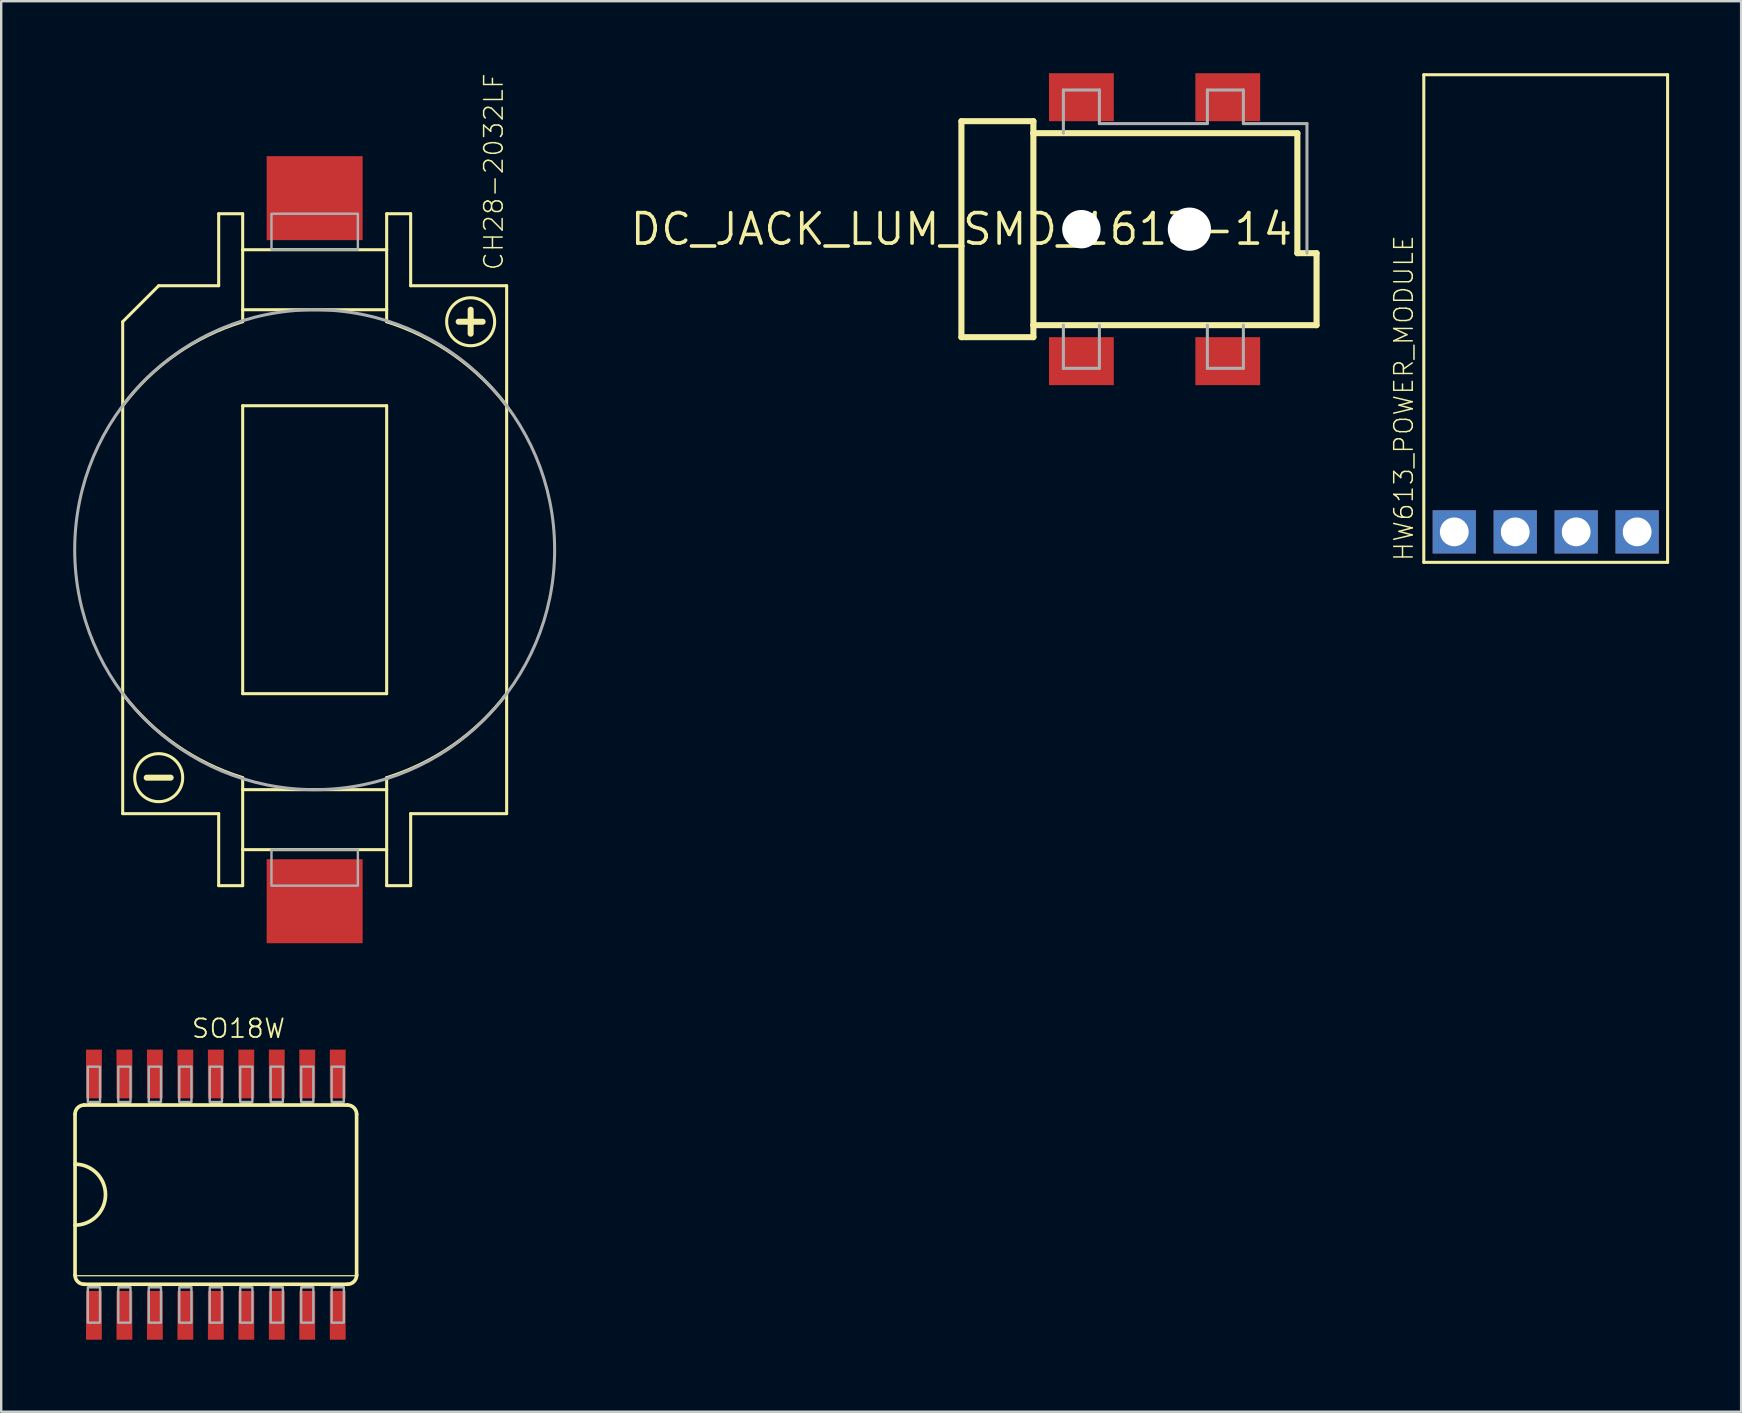
<source format=kicad_pcb>
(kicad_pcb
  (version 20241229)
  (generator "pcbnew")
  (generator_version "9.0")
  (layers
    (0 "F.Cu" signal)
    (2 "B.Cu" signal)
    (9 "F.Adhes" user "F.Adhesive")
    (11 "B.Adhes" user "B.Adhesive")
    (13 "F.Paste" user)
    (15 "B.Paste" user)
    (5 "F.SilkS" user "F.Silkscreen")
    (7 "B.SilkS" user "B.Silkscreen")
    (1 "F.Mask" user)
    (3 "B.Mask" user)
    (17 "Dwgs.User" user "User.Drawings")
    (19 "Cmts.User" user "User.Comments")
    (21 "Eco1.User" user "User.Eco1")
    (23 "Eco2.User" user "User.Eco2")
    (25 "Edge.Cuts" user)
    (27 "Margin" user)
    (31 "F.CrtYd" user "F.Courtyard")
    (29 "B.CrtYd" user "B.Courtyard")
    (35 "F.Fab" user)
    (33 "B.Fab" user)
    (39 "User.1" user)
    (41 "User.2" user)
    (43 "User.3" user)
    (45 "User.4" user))
  (footprint "SO18W"
    (layer "F.Cu")
    (at 5.944 46.734)
    (property "Reference" "SO18W" (at -1.056 -6.473 0) (layer "F.SilkS") (effects (font (size 0.772 0.772) (thickness 0.077)) (justify left bottom)))
    (attr through_hole)
    (fp_line (start -5.867 -3.353) (end -5.867 3.353) (stroke (width 0.152) (type solid)) (layer "F.SilkS"))
    (fp_line (start -5.842 3.378) (end 5.842 3.378) (stroke (width 0.051) (type solid)) (layer "F.SilkS"))
    (fp_line (start -5.486 3.734) (end 5.486 3.734) (stroke (width 0.152) (type solid)) (layer "F.SilkS"))
    (fp_line (start 5.486 -3.734) (end -5.486 -3.734) (stroke (width 0.152) (type solid)) (layer "F.SilkS"))
    (fp_line (start 5.867 3.353) (end 5.867 -3.353) (stroke (width 0.152) (type solid)) (layer "F.SilkS"))
    (fp_arc (start -5.8674 -3.3528) (mid -5.755808 -3.622208) (end -5.4864 -3.7338) (stroke (width 0.1524) (type solid)) (layer "F.SilkS"))
    (fp_arc (start -5.8674 -1.27) (mid -4.5974 0) (end -5.8674 1.27) (stroke (width 0.1524) (type solid)) (layer "F.SilkS"))
    (fp_arc (start -5.4864 3.7338) (mid -5.755808 3.622208) (end -5.8674 3.3528) (stroke (width 0.1524) (type solid)) (layer "F.SilkS"))
    (fp_arc (start 5.4864 -3.7338) (mid 5.755808 -3.622208) (end 5.8674 -3.3528) (stroke (width 0.1524) (type solid)) (layer "F.SilkS"))
    (fp_arc (start 5.8674 3.3528) (mid 5.755808 3.622208) (end 5.4864 3.7338) (stroke (width 0.1524) (type solid)) (layer "F.SilkS"))
    (fp_poly (pts (xy -5.334 -3.734) (xy -4.826 -3.734) (xy -4.826 -3.861) (xy -5.334 -3.861)) (stroke (width 0) (type solid)) (fill yes) (layer "F.SilkS"))
    (fp_poly (pts (xy -5.334 3.861) (xy -4.826 3.861) (xy -4.826 3.734) (xy -5.334 3.734)) (stroke (width 0) (type solid)) (fill yes) (layer "F.SilkS"))
    (fp_poly (pts (xy -4.064 -3.734) (xy -3.556 -3.734) (xy -3.556 -3.861) (xy -4.064 -3.861)) (stroke (width 0) (type solid)) (fill yes) (layer "F.SilkS"))
    (fp_poly (pts (xy -4.064 3.861) (xy -3.556 3.861) (xy -3.556 3.734) (xy -4.064 3.734)) (stroke (width 0) (type solid)) (fill yes) (layer "F.SilkS"))
    (fp_poly (pts (xy -2.794 -3.734) (xy -2.286 -3.734) (xy -2.286 -3.861) (xy -2.794 -3.861)) (stroke (width 0) (type solid)) (fill yes) (layer "F.SilkS"))
    (fp_poly (pts (xy -2.794 3.861) (xy -2.286 3.861) (xy -2.286 3.734) (xy -2.794 3.734)) (stroke (width 0) (type solid)) (fill yes) (layer "F.SilkS"))
    (fp_poly (pts (xy -1.524 -3.734) (xy -1.016 -3.734) (xy -1.016 -3.861) (xy -1.524 -3.861)) (stroke (width 0) (type solid)) (fill yes) (layer "F.SilkS"))
    (fp_poly (pts (xy -1.524 3.861) (xy -1.016 3.861) (xy -1.016 3.734) (xy -1.524 3.734)) (stroke (width 0) (type solid)) (fill yes) (layer "F.SilkS"))
    (fp_poly (pts (xy -0.254 -3.734) (xy 0.254 -3.734) (xy 0.254 -3.861) (xy -0.254 -3.861)) (stroke (width 0) (type solid)) (fill yes) (layer "F.SilkS"))
    (fp_poly (pts (xy -0.254 3.861) (xy 0.254 3.861) (xy 0.254 3.734) (xy -0.254 3.734)) (stroke (width 0) (type solid)) (fill yes) (layer "F.SilkS"))
    (fp_poly (pts (xy 1.016 -3.734) (xy 1.524 -3.734) (xy 1.524 -3.861) (xy 1.016 -3.861)) (stroke (width 0) (type solid)) (fill yes) (layer "F.SilkS"))
    (fp_poly (pts (xy 1.016 3.861) (xy 1.524 3.861) (xy 1.524 3.734) (xy 1.016 3.734)) (stroke (width 0) (type solid)) (fill yes) (layer "F.SilkS"))
    (fp_poly (pts (xy 2.286 -3.734) (xy 2.794 -3.734) (xy 2.794 -3.861) (xy 2.286 -3.861)) (stroke (width 0) (type solid)) (fill yes) (layer "F.SilkS"))
    (fp_poly (pts (xy 2.286 3.861) (xy 2.794 3.861) (xy 2.794 3.734) (xy 2.286 3.734)) (stroke (width 0) (type solid)) (fill yes) (layer "F.SilkS"))
    (fp_poly (pts (xy 3.556 -3.734) (xy 4.064 -3.734) (xy 4.064 -3.861) (xy 3.556 -3.861)) (stroke (width 0) (type solid)) (fill yes) (layer "F.SilkS"))
    (fp_poly (pts (xy 3.556 3.861) (xy 4.064 3.861) (xy 4.064 3.734) (xy 3.556 3.734)) (stroke (width 0) (type solid)) (fill yes) (layer "F.SilkS"))
    (fp_poly (pts (xy 4.826 -3.734) (xy 5.334 -3.734) (xy 5.334 -3.861) (xy 4.826 -3.861)) (stroke (width 0) (type solid)) (fill yes) (layer "F.SilkS"))
    (fp_poly (pts (xy 4.826 3.861) (xy 5.334 3.861) (xy 5.334 3.734) (xy 4.826 3.734)) (stroke (width 0) (type solid)) (fill yes) (layer "F.SilkS"))
    (fp_poly (pts (xy -5.334 -3.861) (xy -4.826 -3.861) (xy -4.826 -5.334) (xy -5.334 -5.334)) (stroke (width 0.1) (type solid)) (fill no) (layer "F.Fab"))
    (fp_poly (pts (xy -5.334 5.334) (xy -4.826 5.334) (xy -4.826 3.861) (xy -5.334 3.861)) (stroke (width 0.1) (type solid)) (fill no) (layer "F.Fab"))
    (fp_poly (pts (xy -4.064 -3.861) (xy -3.556 -3.861) (xy -3.556 -5.334) (xy -4.064 -5.334)) (stroke (width 0.1) (type solid)) (fill no) (layer "F.Fab"))
    (fp_poly (pts (xy -4.064 5.334) (xy -3.556 5.334) (xy -3.556 3.861) (xy -4.064 3.861)) (stroke (width 0.1) (type solid)) (fill no) (layer "F.Fab"))
    (fp_poly (pts (xy -2.794 -3.861) (xy -2.286 -3.861) (xy -2.286 -5.334) (xy -2.794 -5.334)) (stroke (width 0.1) (type solid)) (fill no) (layer "F.Fab"))
    (fp_poly (pts (xy -2.794 5.334) (xy -2.286 5.334) (xy -2.286 3.861) (xy -2.794 3.861)) (stroke (width 0.1) (type solid)) (fill no) (layer "F.Fab"))
    (fp_poly (pts (xy -1.524 -3.861) (xy -1.016 -3.861) (xy -1.016 -5.334) (xy -1.524 -5.334)) (stroke (width 0.1) (type solid)) (fill no) (layer "F.Fab"))
    (fp_poly (pts (xy -1.524 5.334) (xy -1.016 5.334) (xy -1.016 3.861) (xy -1.524 3.861)) (stroke (width 0.1) (type solid)) (fill no) (layer "F.Fab"))
    (fp_poly (pts (xy -0.254 -3.861) (xy 0.254 -3.861) (xy 0.254 -5.334) (xy -0.254 -5.334)) (stroke (width 0.1) (type solid)) (fill no) (layer "F.Fab"))
    (fp_poly (pts (xy -0.254 5.334) (xy 0.254 5.334) (xy 0.254 3.861) (xy -0.254 3.861)) (stroke (width 0.1) (type solid)) (fill no) (layer "F.Fab"))
    (fp_poly (pts (xy 1.016 -3.861) (xy 1.524 -3.861) (xy 1.524 -5.334) (xy 1.016 -5.334)) (stroke (width 0.1) (type solid)) (fill no) (layer "F.Fab"))
    (fp_poly (pts (xy 1.016 5.334) (xy 1.524 5.334) (xy 1.524 3.861) (xy 1.016 3.861)) (stroke (width 0.1) (type solid)) (fill no) (layer "F.Fab"))
    (fp_poly (pts (xy 2.286 -3.861) (xy 2.794 -3.861) (xy 2.794 -5.334) (xy 2.286 -5.334)) (stroke (width 0.1) (type solid)) (fill no) (layer "F.Fab"))
    (fp_poly (pts (xy 2.286 5.334) (xy 2.794 5.334) (xy 2.794 3.861) (xy 2.286 3.861)) (stroke (width 0.1) (type solid)) (fill no) (layer "F.Fab"))
    (fp_poly (pts (xy 3.556 -3.861) (xy 4.064 -3.861) (xy 4.064 -5.334) (xy 3.556 -5.334)) (stroke (width 0.1) (type solid)) (fill no) (layer "F.Fab"))
    (fp_poly (pts (xy 3.556 5.334) (xy 4.064 5.334) (xy 4.064 3.861) (xy 3.556 3.861)) (stroke (width 0.1) (type solid)) (fill no) (layer "F.Fab"))
    (fp_poly (pts (xy 4.826 -3.861) (xy 5.334 -3.861) (xy 5.334 -5.334) (xy 4.826 -5.334)) (stroke (width 0.1) (type solid)) (fill no) (layer "F.Fab"))
    (fp_poly (pts (xy 4.826 5.334) (xy 5.334 5.334) (xy 5.334 3.861) (xy 4.826 3.861)) (stroke (width 0.1) (type solid)) (fill no) (layer "F.Fab"))
    (pad "1" smd rect (at -5.08 5.029) (size 0.66 2.032) (layers "F.Cu" "F.Mask" "F.Paste"))
    (pad "2" smd rect (at -3.81 5.029) (size 0.66 2.032) (layers "F.Cu" "F.Mask" "F.Paste"))
    (pad "3" smd rect (at -2.54 5.029) (size 0.66 2.032) (layers "F.Cu" "F.Mask" "F.Paste"))
    (pad "4" smd rect (at -1.27 5.029) (size 0.66 2.032) (layers "F.Cu" "F.Mask" "F.Paste"))
    (pad "5" smd rect (at 0 5.029) (size 0.66 2.032) (layers "F.Cu" "F.Mask" "F.Paste"))
    (pad "6" smd rect (at 1.27 5.029) (size 0.66 2.032) (layers "F.Cu" "F.Mask" "F.Paste"))
    (pad "7" smd rect (at 2.54 5.029) (size 0.66 2.032) (layers "F.Cu" "F.Mask" "F.Paste"))
    (pad "8" smd rect (at 3.81 5.029) (size 0.66 2.032) (layers "F.Cu" "F.Mask" "F.Paste"))
    (pad "9" smd rect (at 5.08 5.029) (size 0.66 2.032) (layers "F.Cu" "F.Mask" "F.Paste"))
    (pad "10" smd rect (at 5.08 -5.029) (size 0.66 2.032) (layers "F.Cu" "F.Mask" "F.Paste"))
    (pad "11" smd rect (at 3.81 -5.029) (size 0.66 2.032) (layers "F.Cu" "F.Mask" "F.Paste"))
    (pad "12" smd rect (at 2.54 -5.029) (size 0.66 2.032) (layers "F.Cu" "F.Mask" "F.Paste"))
    (pad "13" smd rect (at 1.27 -5.029) (size 0.66 2.032) (layers "F.Cu" "F.Mask" "F.Paste"))
    (pad "14" smd rect (at 0 -5.029) (size 0.66 2.032) (layers "F.Cu" "F.Mask" "F.Paste"))
    (pad "15" smd rect (at -1.27 -5.029) (size 0.66 2.032) (layers "F.Cu" "F.Mask" "F.Paste"))
    (pad "16" smd rect (at -2.54 -5.029) (size 0.66 2.032) (layers "F.Cu" "F.Mask" "F.Paste"))
    (pad "17" smd rect (at -3.81 -5.029) (size 0.66 2.032) (layers "F.Cu" "F.Mask" "F.Paste"))
    (pad "18" smd rect (at -5.08 -5.029) (size 0.66 2.032) (layers "F.Cu" "F.Mask" "F.Paste")))
  (footprint "DC_JACK_LUM_SMD_1613-14"
    (layer "F.Cu")
    (at 37.014 6.5)
    (property "Reference" "DC_JACK_LUM_SMD_1613-14" (at 0 0 0) (layer "F.SilkS") (effects (font (size 1.27 1.27) (thickness 0.15))))
    (attr through_hole)
    (fp_line (start 0 -4.5) (end 0 4.5) (stroke (width 0.254) (type solid)) (layer "F.SilkS"))
    (fp_line (start 0 -4.5) (end 3 -4.5) (stroke (width 0.254) (type solid)) (layer "F.SilkS"))
    (fp_line (start 0 4.5) (end 3 4.5) (stroke (width 0.254) (type solid)) (layer "F.SilkS"))
    (fp_line (start 3 -4) (end 3 -4.5) (stroke (width 0.254) (type solid)) (layer "F.SilkS"))
    (fp_line (start 3 4) (end 3 -4) (stroke (width 0.254) (type solid)) (layer "F.SilkS"))
    (fp_line (start 3 4) (end 14.8 4) (stroke (width 0.254) (type solid)) (layer "F.SilkS"))
    (fp_line (start 3 4.5) (end 3 4) (stroke (width 0.254) (type solid)) (layer "F.SilkS"))
    (fp_line (start 14 -4) (end 3 -4) (stroke (width 0.254) (type solid)) (layer "F.SilkS"))
    (fp_line (start 14 1) (end 14 -4) (stroke (width 0.254) (type solid)) (layer "F.SilkS"))
    (fp_line (start 14.8 1) (end 14 1) (stroke (width 0.254) (type solid)) (layer "F.SilkS"))
    (fp_line (start 14.8 4) (end 14.8 1) (stroke (width 0.254) (type solid)) (layer "F.SilkS"))
    (fp_line (start 4.25 -5.8) (end 4.25 -4) (stroke (width 0.127) (type solid)) (layer "F.Fab"))
    (fp_line (start 4.25 5.8) (end 4.25 4) (stroke (width 0.127) (type solid)) (layer "F.Fab"))
    (fp_line (start 5.75 -5.8) (end 4.25 -5.8) (stroke (width 0.127) (type solid)) (layer "F.Fab"))
    (fp_line (start 5.75 -4.4) (end 5.75 -5.8) (stroke (width 0.127) (type solid)) (layer "F.Fab"))
    (fp_line (start 5.75 5.8) (end 4.25 5.8) (stroke (width 0.127) (type solid)) (layer "F.Fab"))
    (fp_line (start 5.75 5.8) (end 5.75 4) (stroke (width 0.127) (type solid)) (layer "F.Fab"))
    (fp_line (start 10.25 -5.8) (end 10.25 -4.4) (stroke (width 0.127) (type solid)) (layer "F.Fab"))
    (fp_line (start 10.25 -4.4) (end 5.75 -4.4) (stroke (width 0.127) (type solid)) (layer "F.Fab"))
    (fp_line (start 10.25 5.8) (end 10.25 4) (stroke (width 0.127) (type solid)) (layer "F.Fab"))
    (fp_line (start 10.25 5.8) (end 11.75 5.8) (stroke (width 0.127) (type solid)) (layer "F.Fab"))
    (fp_line (start 11.75 -5.8) (end 10.25 -5.8) (stroke (width 0.127) (type solid)) (layer "F.Fab"))
    (fp_line (start 11.75 -4.4) (end 11.75 -5.8) (stroke (width 0.127) (type solid)) (layer "F.Fab"))
    (fp_line (start 11.75 -4.4) (end 14.4 -4.4) (stroke (width 0.127) (type solid)) (layer "F.Fab"))
    (fp_line (start 11.75 5.8) (end 11.75 4) (stroke (width 0.127) (type solid)) (layer "F.Fab"))
    (fp_line (start 14.4 -4.4) (end 14.4 1) (stroke (width 0.127) (type solid)) (layer "F.Fab"))
    (pad "" np_thru_hole circle (at 5 0) (size 1.6 1.6) (drill 1.6) (layers "*.Cu" "*.Mask"))
    (pad "" np_thru_hole circle (at 9.5 0) (size 1.8 1.8) (drill 1.8) (layers "*.Cu" "*.Mask"))
    (pad "P_INNER_1" smd rect (at 5 -5.5) (size 2.7 2) (layers "F.Cu" "F.Mask" "F.Paste"))
    (pad "P_INNER_2" smd rect (at 11.1 -5.5) (size 2.7 2) (layers "F.Cu" "F.Mask" "F.Paste"))
    (pad "P_OUTER" smd rect (at 5 5.5) (size 2.7 2) (layers "F.Cu" "F.Mask" "F.Paste"))
    (pad "P_SWITCH" smd rect (at 11.1 5.5) (size 2.7 2) (layers "F.Cu" "F.Mask" "F.Paste")))
  (footprint "HW613_POWER_MODULE"
    (layer "F.Cu")
    (at 61.363 20.384)
    (property "Reference" "HW613_POWER_MODULE" (at -5.465 0 270) (layer "F.SilkS") (effects (font (size 0.772 0.772) (thickness 0.062)) (justify left bottom)))
    (attr through_hole)
    (fp_line (start -5.08 -20.32) (end 5.08 -20.32) (stroke (width 0.127) (type solid)) (layer "F.SilkS"))
    (fp_line (start -5.08 0) (end -5.08 -20.32) (stroke (width 0.127) (type solid)) (layer "F.SilkS"))
    (fp_line (start 5.08 -20.32) (end 5.08 0) (stroke (width 0.127) (type solid)) (layer "F.SilkS"))
    (fp_line (start 5.08 0) (end -5.08 0) (stroke (width 0.127) (type solid)) (layer "F.SilkS"))
    (pad "EN" thru_hole rect (at -3.81 -1.27) (size 1.8 1.8) (drill 1.2) (layers "*.Cu" "*.Mask"))
    (pad "GND" thru_hole rect (at 1.27 -1.27) (size 1.8 1.8) (drill 1.2) (layers "*.Cu" "*.Mask"))
    (pad "IN+" thru_hole rect (at -1.27 -1.27) (size 1.8 1.8) (drill 1.2) (layers "*.Cu" "*.Mask"))
    (pad "VO+" thru_hole rect (at 3.81 -1.27) (size 1.8 1.8) (drill 1.2) (layers "*.Cu" "*.Mask")))
  (footprint "CH28-2032LF"
    (layer "F.Cu")
    (at 10.063 19.857)
    (property "Reference" "CH28-2032LF" (at 7.91 -11.59 90) (layer "F.SilkS") (effects (font (size 0.772 0.772) (thickness 0.062)) (justify left bottom)))
    (attr through_hole)
    (fp_line (start -8 -9.5) (end -6.5 -11) (stroke (width 0.127) (type solid)) (layer "F.SilkS"))
    (fp_line (start -8 -6) (end -8 -9.5) (stroke (width 0.127) (type solid)) (layer "F.SilkS"))
    (fp_line (start -8 6) (end -8 -6) (stroke (width 0.127) (type solid)) (layer "F.SilkS"))
    (fp_line (start -8 11) (end -8 6) (stroke (width 0.127) (type solid)) (layer "F.SilkS"))
    (fp_line (start -7 9.5) (end -6 9.5) (stroke (width 0.25) (type solid)) (layer "F.SilkS"))
    (fp_line (start -6.5 -11) (end -4 -11) (stroke (width 0.127) (type solid)) (layer "F.SilkS"))
    (fp_line (start -4 -14) (end -4 -11) (stroke (width 0.127) (type solid)) (layer "F.SilkS"))
    (fp_line (start -4 11) (end -8 11) (stroke (width 0.127) (type solid)) (layer "F.SilkS"))
    (fp_line (start -4 14) (end -4 11) (stroke (width 0.127) (type solid)) (layer "F.SilkS"))
    (fp_line (start -3 -14) (end -4 -14) (stroke (width 0.127) (type solid)) (layer "F.SilkS"))
    (fp_line (start -3 -12.5) (end -3 -14) (stroke (width 0.127) (type solid)) (layer "F.SilkS"))
    (fp_line (start -3 -12.5) (end 3 -12.5) (stroke (width 0.127) (type solid)) (layer "F.SilkS"))
    (fp_line (start -3 -10) (end -3 -12.5) (stroke (width 0.127) (type solid)) (layer "F.SilkS"))
    (fp_line (start -3 -10) (end 3 -10) (stroke (width 0.127) (type solid)) (layer "F.SilkS"))
    (fp_line (start -3 -9.5) (end -3 -10) (stroke (width 0.127) (type solid)) (layer "F.SilkS"))
    (fp_line (start -3 -6) (end 3 -6) (stroke (width 0.127) (type solid)) (layer "F.SilkS"))
    (fp_line (start -3 6) (end -3 -6) (stroke (width 0.127) (type solid)) (layer "F.SilkS"))
    (fp_line (start -3 9.5) (end -3 10) (stroke (width 0.127) (type solid)) (layer "F.SilkS"))
    (fp_line (start -3 10) (end -3 12.5) (stroke (width 0.127) (type solid)) (layer "F.SilkS"))
    (fp_line (start -3 10) (end 3 10) (stroke (width 0.127) (type solid)) (layer "F.SilkS"))
    (fp_line (start -3 12.5) (end -3 14) (stroke (width 0.127) (type solid)) (layer "F.SilkS"))
    (fp_line (start -3 12.5) (end 3 12.5) (stroke (width 0.127) (type solid)) (layer "F.SilkS"))
    (fp_line (start -3 14) (end -4 14) (stroke (width 0.127) (type solid)) (layer "F.SilkS"))
    (fp_line (start 3 -14) (end 4 -14) (stroke (width 0.127) (type solid)) (layer "F.SilkS"))
    (fp_line (start 3 -12.5) (end 3 -14) (stroke (width 0.127) (type solid)) (layer "F.SilkS"))
    (fp_line (start 3 -10) (end 3 -12.5) (stroke (width 0.127) (type solid)) (layer "F.SilkS"))
    (fp_line (start 3 -9.5) (end 3 -10) (stroke (width 0.127) (type solid)) (layer "F.SilkS"))
    (fp_line (start 3 -6) (end 3 6) (stroke (width 0.127) (type solid)) (layer "F.SilkS"))
    (fp_line (start 3 6) (end -3 6) (stroke (width 0.127) (type solid)) (layer "F.SilkS"))
    (fp_line (start 3 10) (end 3 9.5) (stroke (width 0.127) (type solid)) (layer "F.SilkS"))
    (fp_line (start 3 12.5) (end 3 10) (stroke (width 0.127) (type solid)) (layer "F.SilkS"))
    (fp_line (start 3 14) (end 3 12.5) (stroke (width 0.127) (type solid)) (layer "F.SilkS"))
    (fp_line (start 3 14) (end 4 14) (stroke (width 0.127) (type solid)) (layer "F.SilkS"))
    (fp_line (start 4 -14) (end 4 -11) (stroke (width 0.127) (type solid)) (layer "F.SilkS"))
    (fp_line (start 4 -11) (end 8 -11) (stroke (width 0.127) (type solid)) (layer "F.SilkS"))
    (fp_line (start 4 11) (end 8 11) (stroke (width 0.127) (type solid)) (layer "F.SilkS"))
    (fp_line (start 4 14) (end 4 11) (stroke (width 0.127) (type solid)) (layer "F.SilkS"))
    (fp_line (start 6 -9.5) (end 7 -9.5) (stroke (width 0.25) (type solid)) (layer "F.SilkS"))
    (fp_line (start 6.5 -10) (end 6.5 -9) (stroke (width 0.25) (type solid)) (layer "F.SilkS"))
    (fp_line (start 8 -11) (end 8 -6) (stroke (width 0.127) (type solid)) (layer "F.SilkS"))
    (fp_line (start 8 -6) (end 8 6) (stroke (width 0.127) (type solid)) (layer "F.SilkS"))
    (fp_line (start 8 6) (end 8 11) (stroke (width 0.127) (type solid)) (layer "F.SilkS"))
    (fp_arc (start -8 -6) (mid -5.778025 -8.147178) (end -3 -9.5) (stroke (width 0.127) (type solid)) (layer "F.SilkS"))
    (fp_arc (start -3 9.5) (mid -5.774078 8.14154) (end -7.999999 6) (stroke (width 0.127) (type solid)) (layer "F.SilkS"))
    (fp_arc (start 3 -9.5) (mid 5.770027 -8.135753) (end 8 -6) (stroke (width 0.127) (type solid)) (layer "F.SilkS"))
    (fp_arc (start 7.999999 6) (mid 5.774078 8.14154) (end 3 9.5) (stroke (width 0.127) (type solid)) (layer "F.SilkS"))
    (fp_circle (center -6.5 9.5) (end -5.5 9.5) (stroke (width 0.127) (type solid)) (fill no) (layer "F.SilkS"))
    (fp_circle (center 6.5 -9.5) (end 7.5 -9.5) (stroke (width 0.127) (type solid)) (fill no) (layer "F.SilkS"))
    (fp_circle (center 0 0) (end 10 0) (stroke (width 0.127) (type solid)) (fill no) (layer "F.Fab"))
    (fp_poly (pts (xy -1.8 -12.5) (xy 1.8 -12.5) (xy 1.8 -14) (xy -1.8 -14)) (stroke (width 0.1) (type solid)) (fill no) (layer "F.Fab"))
    (fp_poly (pts (xy -1.8 14) (xy 1.8 14) (xy 1.8 12.5) (xy -1.8 12.5)) (stroke (width 0.1) (type solid)) (fill no) (layer "F.Fab"))
    (pad "NEG" smd rect (at 0 14.65) (size 4 3.5) (layers "F.Cu" "F.Mask" "F.Paste"))
    (pad "POS" smd rect (at 0 -14.65) (size 4 3.5) (layers "F.Cu" "F.Mask" "F.Paste")))
  (gr_rect
    (start -3 -3)
    (end 69.507 55.779)
    (stroke (width 0.1) (type default))
    (fill no)
    (layer "Edge.Cuts")))
</source>
